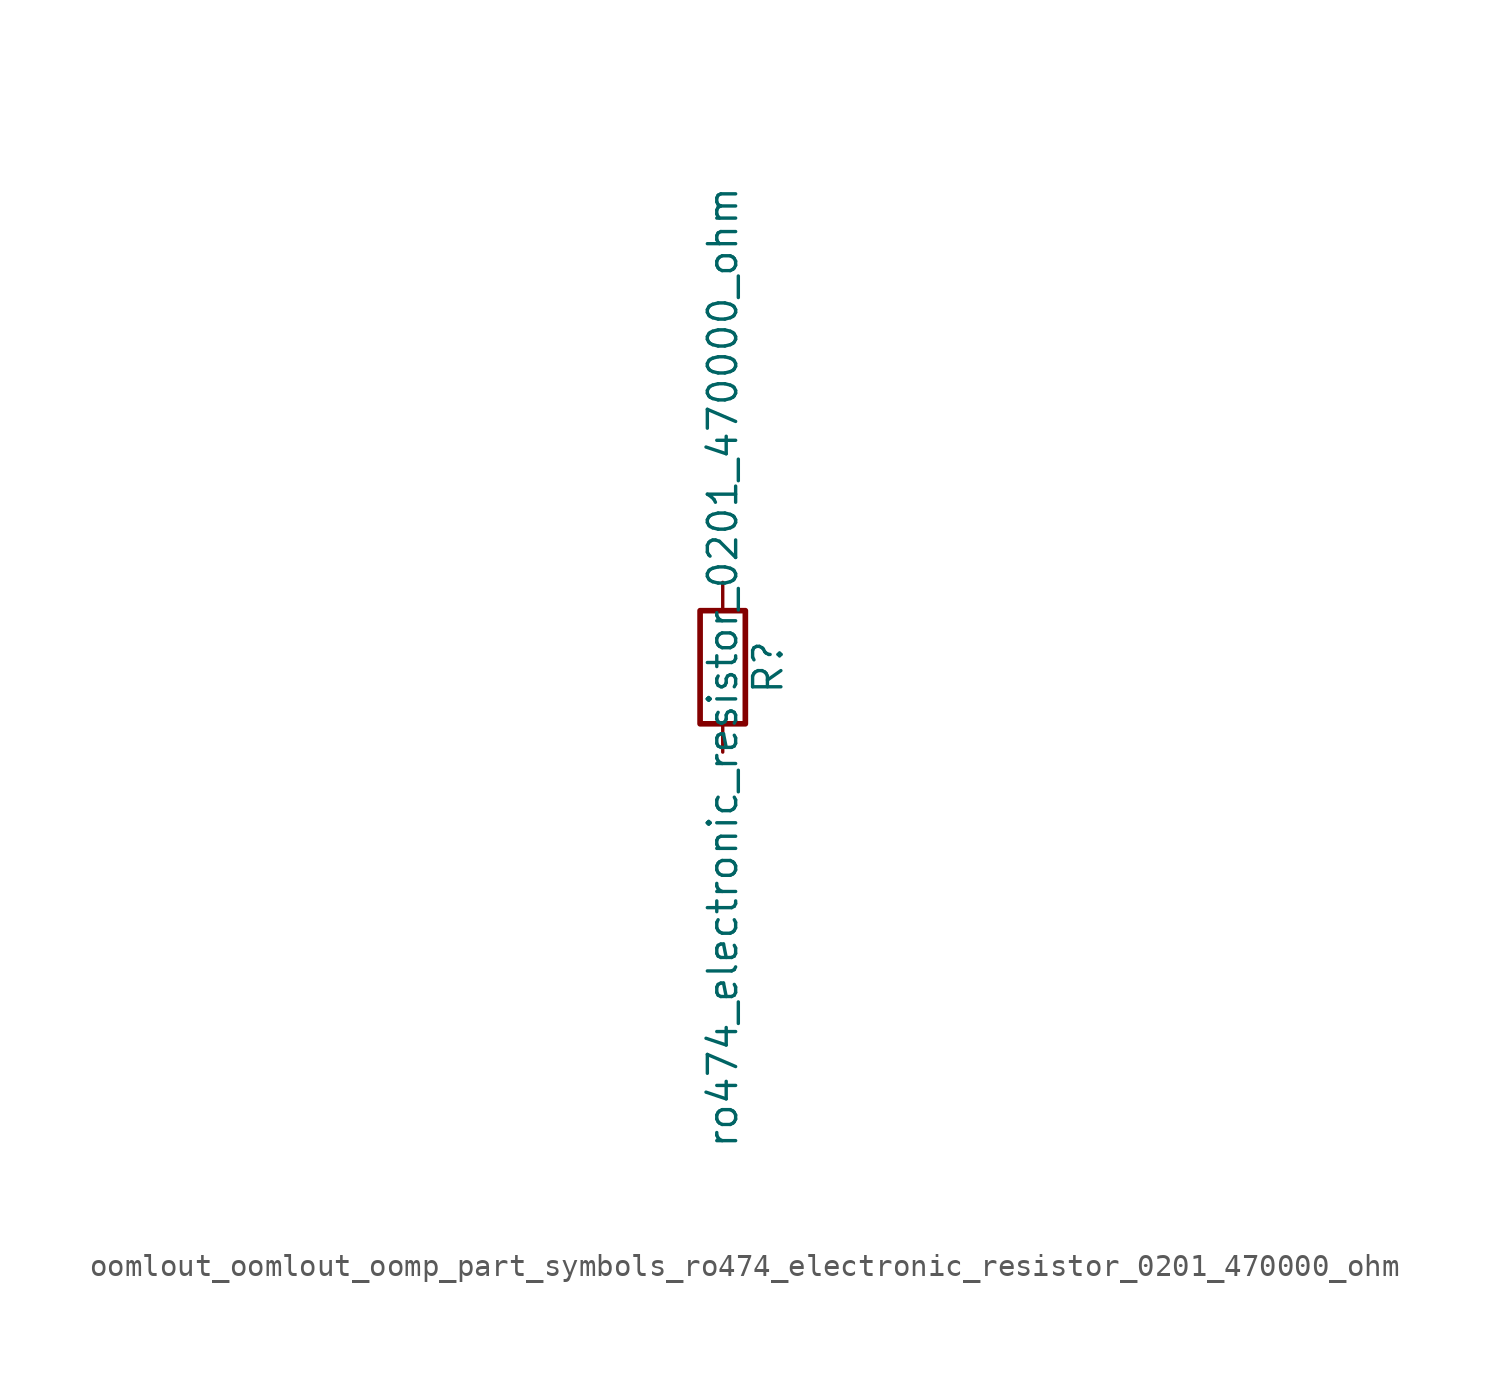
<source format=kicad_sym>
(kicad_symbol_lib
  (version 20220914)
  (generator kicad_symbol_editor)
  (symbol "oomlout_oomlout_oomp_part_symbols_ro474_electronic_resistor_0201_470000_ohm"
    (pin_numbers hide)
    (pin_names
      (offset 0))
    (property "Reference" "R"
      (at 2.032 0 90)
      (effects (font (size 1.27 1.27))))
    (property "Value" "ro474_electronic_resistor_0201_470000_ohm"
      (at 0 0 90)
      (effects (font (size 1.27 1.27))))
    (symbol "oomlout_oomlout_oomp_part_symbols_ro474_electronic_resistor_0201_470000_ohm_0_1"
      (rectangle (start -1.016 -2.54) (end 1.016 2.54) (stroke (width 0.254) (type default)) (fill (type none))))
    (symbol "oomlout_oomlout_oomp_part_symbols_ro474_electronic_resistor_0201_470000_ohm_1_1"
      (pin passive line (at 0 3.81 270) (length 1.27) (name "~" (effects (font (size 1.27 1.27)))) (number "1" (effects (font (size 1.27 1.27)))))
      (pin passive line (at 0 -3.81 90) (length 1.27) (name "~" (effects (font (size 1.27 1.27)))) (number "2" (effects (font (size 1.27 1.27))))))))
</source>
